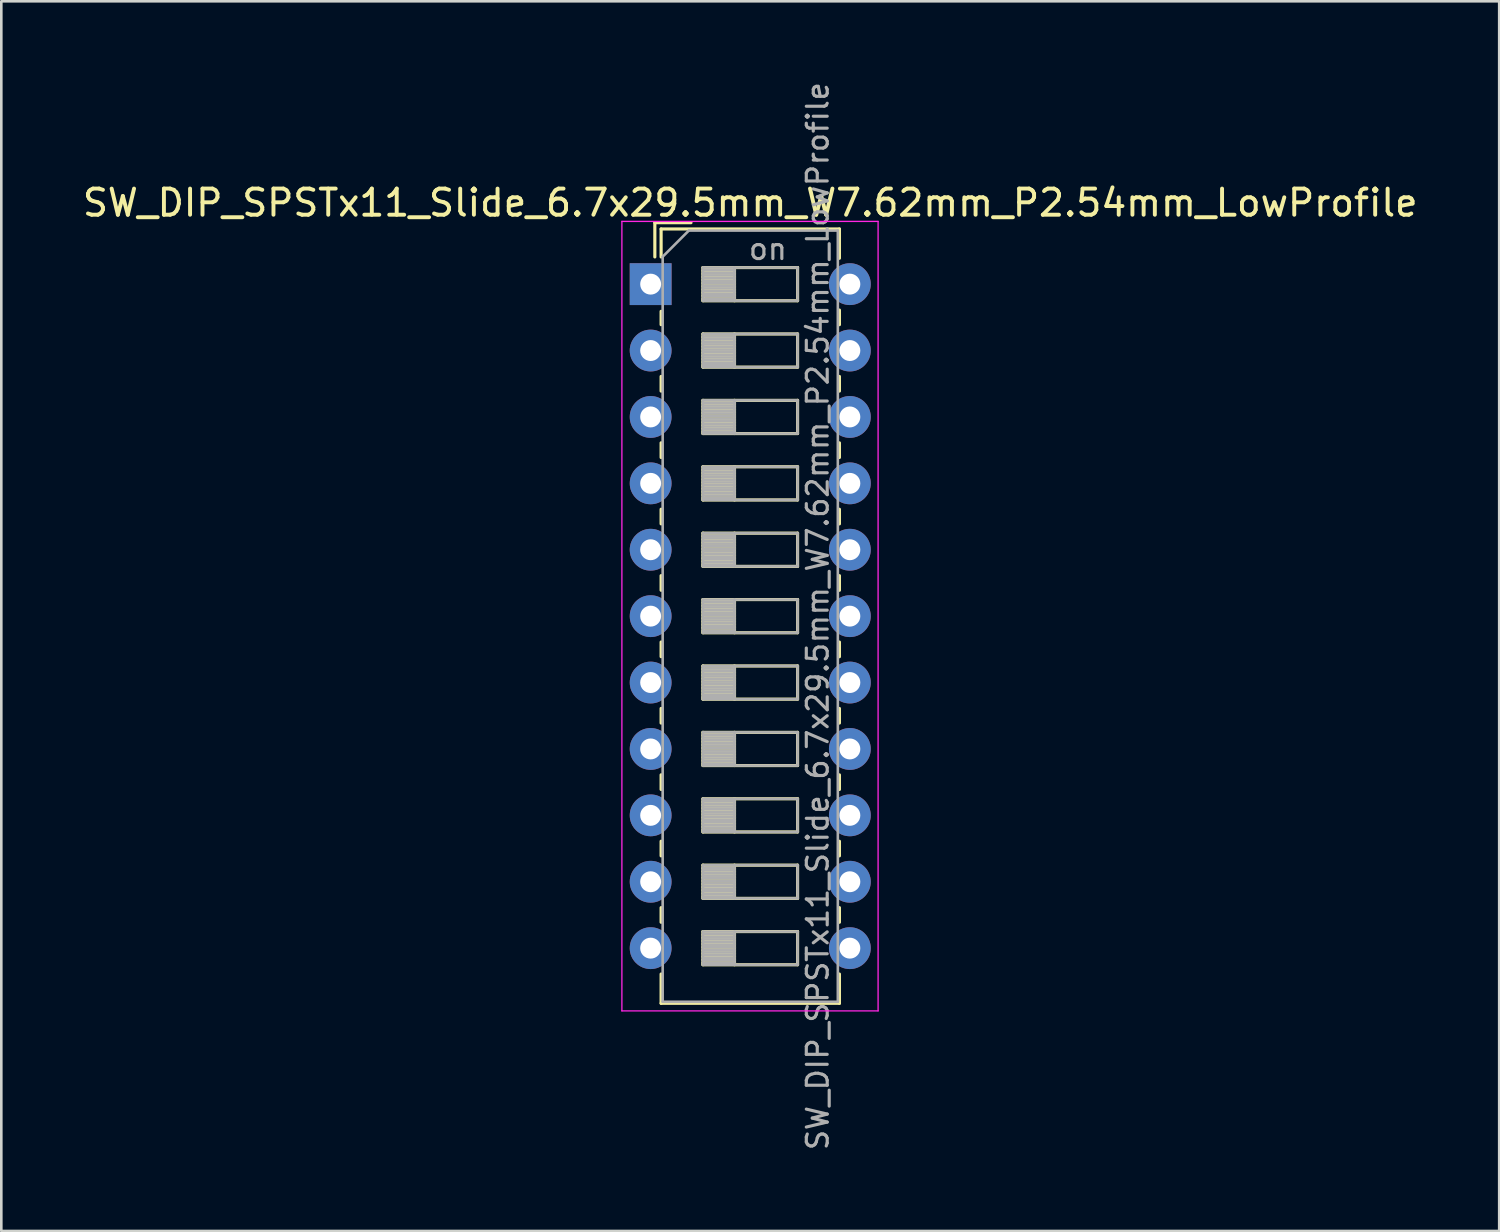
<source format=kicad_pcb>
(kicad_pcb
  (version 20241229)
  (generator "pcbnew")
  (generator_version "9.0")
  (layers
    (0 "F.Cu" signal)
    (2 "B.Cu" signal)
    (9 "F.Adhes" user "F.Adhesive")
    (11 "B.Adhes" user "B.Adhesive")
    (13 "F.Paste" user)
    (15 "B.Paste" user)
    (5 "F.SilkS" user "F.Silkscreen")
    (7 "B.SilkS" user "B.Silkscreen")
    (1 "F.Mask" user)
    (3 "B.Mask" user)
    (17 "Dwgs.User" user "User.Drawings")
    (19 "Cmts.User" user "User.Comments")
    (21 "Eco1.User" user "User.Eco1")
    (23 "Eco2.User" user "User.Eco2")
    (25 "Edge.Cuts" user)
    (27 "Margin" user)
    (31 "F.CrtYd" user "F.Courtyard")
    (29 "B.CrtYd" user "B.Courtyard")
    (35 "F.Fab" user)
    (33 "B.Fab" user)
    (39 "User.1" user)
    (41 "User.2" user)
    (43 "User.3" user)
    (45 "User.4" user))
  (footprint "SW_DIP_SPSTx11_Slide_6.7x29.5mm_W7.62mm_P2.54mm_LowProfile"
    (layer "F.Cu")
    (at 21.839 7.819)
    (property "Reference" "SW_DIP_SPSTx11_Slide_6.7x29.5mm_W7.62mm_P2.54mm_LowProfile" (at 3.81 -3.11 0) (layer "F.SilkS") (effects (font (size 1 1) (thickness 0.15))))
    (attr through_hole)
    (fp_line (start 0.16 -2.35) (end 0.16 -1.04) (stroke (width 0.12) (type solid)) (layer "F.SilkS"))
    (fp_line (start 0.16 -2.35) (end 1.543 -2.35) (stroke (width 0.12) (type solid)) (layer "F.SilkS"))
    (fp_line (start 0.4 -2.11) (end 0.4 -1.04) (stroke (width 0.12) (type solid)) (layer "F.SilkS"))
    (fp_line (start 0.4 -2.11) (end 7.221 -2.11) (stroke (width 0.12) (type solid)) (layer "F.SilkS"))
    (fp_line (start 0.4 1.04) (end 0.4 1.551) (stroke (width 0.12) (type solid)) (layer "F.SilkS"))
    (fp_line (start 0.4 3.53) (end 0.4 4.091) (stroke (width 0.12) (type solid)) (layer "F.SilkS"))
    (fp_line (start 0.4 6.07) (end 0.4 6.631) (stroke (width 0.12) (type solid)) (layer "F.SilkS"))
    (fp_line (start 0.4 8.61) (end 0.4 9.17) (stroke (width 0.12) (type solid)) (layer "F.SilkS"))
    (fp_line (start 0.4 11.15) (end 0.4 11.71) (stroke (width 0.12) (type solid)) (layer "F.SilkS"))
    (fp_line (start 0.4 13.69) (end 0.4 14.25) (stroke (width 0.12) (type solid)) (layer "F.SilkS"))
    (fp_line (start 0.4 16.23) (end 0.4 16.79) (stroke (width 0.12) (type solid)) (layer "F.SilkS"))
    (fp_line (start 0.4 18.77) (end 0.4 19.33) (stroke (width 0.12) (type solid)) (layer "F.SilkS"))
    (fp_line (start 0.4 21.31) (end 0.4 21.87) (stroke (width 0.12) (type solid)) (layer "F.SilkS"))
    (fp_line (start 0.4 23.85) (end 0.4 24.41) (stroke (width 0.12) (type solid)) (layer "F.SilkS"))
    (fp_line (start 0.4 26.39) (end 0.4 27.51) (stroke (width 0.12) (type solid)) (layer "F.SilkS"))
    (fp_line (start 0.4 27.51) (end 7.221 27.51) (stroke (width 0.12) (type solid)) (layer "F.SilkS"))
    (fp_line (start 2 -0.635) (end 2 0.635) (stroke (width 0.12) (type solid)) (layer "F.SilkS"))
    (fp_line (start 2 -0.515) (end 3.207 -0.515) (stroke (width 0.12) (type solid)) (layer "F.SilkS"))
    (fp_line (start 2 -0.395) (end 3.207 -0.395) (stroke (width 0.12) (type solid)) (layer "F.SilkS"))
    (fp_line (start 2 -0.275) (end 3.207 -0.275) (stroke (width 0.12) (type solid)) (layer "F.SilkS"))
    (fp_line (start 2 -0.155) (end 3.207 -0.155) (stroke (width 0.12) (type solid)) (layer "F.SilkS"))
    (fp_line (start 2 -0.035) (end 3.207 -0.035) (stroke (width 0.12) (type solid)) (layer "F.SilkS"))
    (fp_line (start 2 0.085) (end 3.207 0.085) (stroke (width 0.12) (type solid)) (layer "F.SilkS"))
    (fp_line (start 2 0.205) (end 3.207 0.205) (stroke (width 0.12) (type solid)) (layer "F.SilkS"))
    (fp_line (start 2 0.325) (end 3.207 0.325) (stroke (width 0.12) (type solid)) (layer "F.SilkS"))
    (fp_line (start 2 0.445) (end 3.207 0.445) (stroke (width 0.12) (type solid)) (layer "F.SilkS"))
    (fp_line (start 2 0.565) (end 3.207 0.565) (stroke (width 0.12) (type solid)) (layer "F.SilkS"))
    (fp_line (start 2 0.635) (end 5.62 0.635) (stroke (width 0.12) (type solid)) (layer "F.SilkS"))
    (fp_line (start 2 1.905) (end 2 3.175) (stroke (width 0.12) (type solid)) (layer "F.SilkS"))
    (fp_line (start 2 2.025) (end 3.207 2.025) (stroke (width 0.12) (type solid)) (layer "F.SilkS"))
    (fp_line (start 2 2.145) (end 3.207 2.145) (stroke (width 0.12) (type solid)) (layer "F.SilkS"))
    (fp_line (start 2 2.265) (end 3.207 2.265) (stroke (width 0.12) (type solid)) (layer "F.SilkS"))
    (fp_line (start 2 2.385) (end 3.207 2.385) (stroke (width 0.12) (type solid)) (layer "F.SilkS"))
    (fp_line (start 2 2.505) (end 3.207 2.505) (stroke (width 0.12) (type solid)) (layer "F.SilkS"))
    (fp_line (start 2 2.625) (end 3.207 2.625) (stroke (width 0.12) (type solid)) (layer "F.SilkS"))
    (fp_line (start 2 2.745) (end 3.207 2.745) (stroke (width 0.12) (type solid)) (layer "F.SilkS"))
    (fp_line (start 2 2.865) (end 3.207 2.865) (stroke (width 0.12) (type solid)) (layer "F.SilkS"))
    (fp_line (start 2 2.985) (end 3.207 2.985) (stroke (width 0.12) (type solid)) (layer "F.SilkS"))
    (fp_line (start 2 3.105) (end 3.207 3.105) (stroke (width 0.12) (type solid)) (layer "F.SilkS"))
    (fp_line (start 2 3.175) (end 5.62 3.175) (stroke (width 0.12) (type solid)) (layer "F.SilkS"))
    (fp_line (start 2 4.445) (end 2 5.715) (stroke (width 0.12) (type solid)) (layer "F.SilkS"))
    (fp_line (start 2 4.565) (end 3.207 4.565) (stroke (width 0.12) (type solid)) (layer "F.SilkS"))
    (fp_line (start 2 4.685) (end 3.207 4.685) (stroke (width 0.12) (type solid)) (layer "F.SilkS"))
    (fp_line (start 2 4.805) (end 3.207 4.805) (stroke (width 0.12) (type solid)) (layer "F.SilkS"))
    (fp_line (start 2 4.925) (end 3.207 4.925) (stroke (width 0.12) (type solid)) (layer "F.SilkS"))
    (fp_line (start 2 5.045) (end 3.207 5.045) (stroke (width 0.12) (type solid)) (layer "F.SilkS"))
    (fp_line (start 2 5.165) (end 3.207 5.165) (stroke (width 0.12) (type solid)) (layer "F.SilkS"))
    (fp_line (start 2 5.285) (end 3.207 5.285) (stroke (width 0.12) (type solid)) (layer "F.SilkS"))
    (fp_line (start 2 5.405) (end 3.207 5.405) (stroke (width 0.12) (type solid)) (layer "F.SilkS"))
    (fp_line (start 2 5.525) (end 3.207 5.525) (stroke (width 0.12) (type solid)) (layer "F.SilkS"))
    (fp_line (start 2 5.645) (end 3.207 5.645) (stroke (width 0.12) (type solid)) (layer "F.SilkS"))
    (fp_line (start 2 5.715) (end 5.62 5.715) (stroke (width 0.12) (type solid)) (layer "F.SilkS"))
    (fp_line (start 2 6.985) (end 2 8.255) (stroke (width 0.12) (type solid)) (layer "F.SilkS"))
    (fp_line (start 2 7.105) (end 3.207 7.105) (stroke (width 0.12) (type solid)) (layer "F.SilkS"))
    (fp_line (start 2 7.225) (end 3.207 7.225) (stroke (width 0.12) (type solid)) (layer "F.SilkS"))
    (fp_line (start 2 7.345) (end 3.207 7.345) (stroke (width 0.12) (type solid)) (layer "F.SilkS"))
    (fp_line (start 2 7.465) (end 3.207 7.465) (stroke (width 0.12) (type solid)) (layer "F.SilkS"))
    (fp_line (start 2 7.585) (end 3.207 7.585) (stroke (width 0.12) (type solid)) (layer "F.SilkS"))
    (fp_line (start 2 7.705) (end 3.207 7.705) (stroke (width 0.12) (type solid)) (layer "F.SilkS"))
    (fp_line (start 2 7.825) (end 3.207 7.825) (stroke (width 0.12) (type solid)) (layer "F.SilkS"))
    (fp_line (start 2 7.945) (end 3.207 7.945) (stroke (width 0.12) (type solid)) (layer "F.SilkS"))
    (fp_line (start 2 8.065) (end 3.207 8.065) (stroke (width 0.12) (type solid)) (layer "F.SilkS"))
    (fp_line (start 2 8.185) (end 3.207 8.185) (stroke (width 0.12) (type solid)) (layer "F.SilkS"))
    (fp_line (start 2 8.255) (end 5.62 8.255) (stroke (width 0.12) (type solid)) (layer "F.SilkS"))
    (fp_line (start 2 9.525) (end 2 10.795) (stroke (width 0.12) (type solid)) (layer "F.SilkS"))
    (fp_line (start 2 9.645) (end 3.207 9.645) (stroke (width 0.12) (type solid)) (layer "F.SilkS"))
    (fp_line (start 2 9.765) (end 3.207 9.765) (stroke (width 0.12) (type solid)) (layer "F.SilkS"))
    (fp_line (start 2 9.885) (end 3.207 9.885) (stroke (width 0.12) (type solid)) (layer "F.SilkS"))
    (fp_line (start 2 10.005) (end 3.207 10.005) (stroke (width 0.12) (type solid)) (layer "F.SilkS"))
    (fp_line (start 2 10.125) (end 3.207 10.125) (stroke (width 0.12) (type solid)) (layer "F.SilkS"))
    (fp_line (start 2 10.245) (end 3.207 10.245) (stroke (width 0.12) (type solid)) (layer "F.SilkS"))
    (fp_line (start 2 10.365) (end 3.207 10.365) (stroke (width 0.12) (type solid)) (layer "F.SilkS"))
    (fp_line (start 2 10.485) (end 3.207 10.485) (stroke (width 0.12) (type solid)) (layer "F.SilkS"))
    (fp_line (start 2 10.605) (end 3.207 10.605) (stroke (width 0.12) (type solid)) (layer "F.SilkS"))
    (fp_line (start 2 10.725) (end 3.207 10.725) (stroke (width 0.12) (type solid)) (layer "F.SilkS"))
    (fp_line (start 2 10.795) (end 5.62 10.795) (stroke (width 0.12) (type solid)) (layer "F.SilkS"))
    (fp_line (start 2 12.065) (end 2 13.335) (stroke (width 0.12) (type solid)) (layer "F.SilkS"))
    (fp_line (start 2 12.185) (end 3.207 12.185) (stroke (width 0.12) (type solid)) (layer "F.SilkS"))
    (fp_line (start 2 12.305) (end 3.207 12.305) (stroke (width 0.12) (type solid)) (layer "F.SilkS"))
    (fp_line (start 2 12.425) (end 3.207 12.425) (stroke (width 0.12) (type solid)) (layer "F.SilkS"))
    (fp_line (start 2 12.545) (end 3.207 12.545) (stroke (width 0.12) (type solid)) (layer "F.SilkS"))
    (fp_line (start 2 12.665) (end 3.207 12.665) (stroke (width 0.12) (type solid)) (layer "F.SilkS"))
    (fp_line (start 2 12.785) (end 3.207 12.785) (stroke (width 0.12) (type solid)) (layer "F.SilkS"))
    (fp_line (start 2 12.905) (end 3.207 12.905) (stroke (width 0.12) (type solid)) (layer "F.SilkS"))
    (fp_line (start 2 13.025) (end 3.207 13.025) (stroke (width 0.12) (type solid)) (layer "F.SilkS"))
    (fp_line (start 2 13.145) (end 3.207 13.145) (stroke (width 0.12) (type solid)) (layer "F.SilkS"))
    (fp_line (start 2 13.265) (end 3.207 13.265) (stroke (width 0.12) (type solid)) (layer "F.SilkS"))
    (fp_line (start 2 13.335) (end 5.62 13.335) (stroke (width 0.12) (type solid)) (layer "F.SilkS"))
    (fp_line (start 2 14.605) (end 2 15.875) (stroke (width 0.12) (type solid)) (layer "F.SilkS"))
    (fp_line (start 2 14.725) (end 3.207 14.725) (stroke (width 0.12) (type solid)) (layer "F.SilkS"))
    (fp_line (start 2 14.845) (end 3.207 14.845) (stroke (width 0.12) (type solid)) (layer "F.SilkS"))
    (fp_line (start 2 14.965) (end 3.207 14.965) (stroke (width 0.12) (type solid)) (layer "F.SilkS"))
    (fp_line (start 2 15.085) (end 3.207 15.085) (stroke (width 0.12) (type solid)) (layer "F.SilkS"))
    (fp_line (start 2 15.205) (end 3.207 15.205) (stroke (width 0.12) (type solid)) (layer "F.SilkS"))
    (fp_line (start 2 15.325) (end 3.207 15.325) (stroke (width 0.12) (type solid)) (layer "F.SilkS"))
    (fp_line (start 2 15.445) (end 3.207 15.445) (stroke (width 0.12) (type solid)) (layer "F.SilkS"))
    (fp_line (start 2 15.565) (end 3.207 15.565) (stroke (width 0.12) (type solid)) (layer "F.SilkS"))
    (fp_line (start 2 15.685) (end 3.207 15.685) (stroke (width 0.12) (type solid)) (layer "F.SilkS"))
    (fp_line (start 2 15.805) (end 3.207 15.805) (stroke (width 0.12) (type solid)) (layer "F.SilkS"))
    (fp_line (start 2 15.875) (end 5.62 15.875) (stroke (width 0.12) (type solid)) (layer "F.SilkS"))
    (fp_line (start 2 17.145) (end 2 18.415) (stroke (width 0.12) (type solid)) (layer "F.SilkS"))
    (fp_line (start 2 17.265) (end 3.207 17.265) (stroke (width 0.12) (type solid)) (layer "F.SilkS"))
    (fp_line (start 2 17.385) (end 3.207 17.385) (stroke (width 0.12) (type solid)) (layer "F.SilkS"))
    (fp_line (start 2 17.505) (end 3.207 17.505) (stroke (width 0.12) (type solid)) (layer "F.SilkS"))
    (fp_line (start 2 17.625) (end 3.207 17.625) (stroke (width 0.12) (type solid)) (layer "F.SilkS"))
    (fp_line (start 2 17.745) (end 3.207 17.745) (stroke (width 0.12) (type solid)) (layer "F.SilkS"))
    (fp_line (start 2 17.865) (end 3.207 17.865) (stroke (width 0.12) (type solid)) (layer "F.SilkS"))
    (fp_line (start 2 17.985) (end 3.207 17.985) (stroke (width 0.12) (type solid)) (layer "F.SilkS"))
    (fp_line (start 2 18.105) (end 3.207 18.105) (stroke (width 0.12) (type solid)) (layer "F.SilkS"))
    (fp_line (start 2 18.225) (end 3.207 18.225) (stroke (width 0.12) (type solid)) (layer "F.SilkS"))
    (fp_line (start 2 18.345) (end 3.207 18.345) (stroke (width 0.12) (type solid)) (layer "F.SilkS"))
    (fp_line (start 2 18.415) (end 5.62 18.415) (stroke (width 0.12) (type solid)) (layer "F.SilkS"))
    (fp_line (start 2 19.685) (end 2 20.955) (stroke (width 0.12) (type solid)) (layer "F.SilkS"))
    (fp_line (start 2 19.805) (end 3.207 19.805) (stroke (width 0.12) (type solid)) (layer "F.SilkS"))
    (fp_line (start 2 19.925) (end 3.207 19.925) (stroke (width 0.12) (type solid)) (layer "F.SilkS"))
    (fp_line (start 2 20.045) (end 3.207 20.045) (stroke (width 0.12) (type solid)) (layer "F.SilkS"))
    (fp_line (start 2 20.165) (end 3.207 20.165) (stroke (width 0.12) (type solid)) (layer "F.SilkS"))
    (fp_line (start 2 20.285) (end 3.207 20.285) (stroke (width 0.12) (type solid)) (layer "F.SilkS"))
    (fp_line (start 2 20.405) (end 3.207 20.405) (stroke (width 0.12) (type solid)) (layer "F.SilkS"))
    (fp_line (start 2 20.525) (end 3.207 20.525) (stroke (width 0.12) (type solid)) (layer "F.SilkS"))
    (fp_line (start 2 20.645) (end 3.207 20.645) (stroke (width 0.12) (type solid)) (layer "F.SilkS"))
    (fp_line (start 2 20.765) (end 3.207 20.765) (stroke (width 0.12) (type solid)) (layer "F.SilkS"))
    (fp_line (start 2 20.885) (end 3.207 20.885) (stroke (width 0.12) (type solid)) (layer "F.SilkS"))
    (fp_line (start 2 20.955) (end 5.62 20.955) (stroke (width 0.12) (type solid)) (layer "F.SilkS"))
    (fp_line (start 2 22.225) (end 2 23.495) (stroke (width 0.12) (type solid)) (layer "F.SilkS"))
    (fp_line (start 2 22.345) (end 3.207 22.345) (stroke (width 0.12) (type solid)) (layer "F.SilkS"))
    (fp_line (start 2 22.465) (end 3.207 22.465) (stroke (width 0.12) (type solid)) (layer "F.SilkS"))
    (fp_line (start 2 22.585) (end 3.207 22.585) (stroke (width 0.12) (type solid)) (layer "F.SilkS"))
    (fp_line (start 2 22.705) (end 3.207 22.705) (stroke (width 0.12) (type solid)) (layer "F.SilkS"))
    (fp_line (start 2 22.825) (end 3.207 22.825) (stroke (width 0.12) (type solid)) (layer "F.SilkS"))
    (fp_line (start 2 22.945) (end 3.207 22.945) (stroke (width 0.12) (type solid)) (layer "F.SilkS"))
    (fp_line (start 2 23.065) (end 3.207 23.065) (stroke (width 0.12) (type solid)) (layer "F.SilkS"))
    (fp_line (start 2 23.185) (end 3.207 23.185) (stroke (width 0.12) (type solid)) (layer "F.SilkS"))
    (fp_line (start 2 23.305) (end 3.207 23.305) (stroke (width 0.12) (type solid)) (layer "F.SilkS"))
    (fp_line (start 2 23.425) (end 3.207 23.425) (stroke (width 0.12) (type solid)) (layer "F.SilkS"))
    (fp_line (start 2 23.495) (end 5.62 23.495) (stroke (width 0.12) (type solid)) (layer "F.SilkS"))
    (fp_line (start 2 24.765) (end 2 26.035) (stroke (width 0.12) (type solid)) (layer "F.SilkS"))
    (fp_line (start 2 24.885) (end 3.207 24.885) (stroke (width 0.12) (type solid)) (layer "F.SilkS"))
    (fp_line (start 2 25.005) (end 3.207 25.005) (stroke (width 0.12) (type solid)) (layer "F.SilkS"))
    (fp_line (start 2 25.125) (end 3.207 25.125) (stroke (width 0.12) (type solid)) (layer "F.SilkS"))
    (fp_line (start 2 25.245) (end 3.207 25.245) (stroke (width 0.12) (type solid)) (layer "F.SilkS"))
    (fp_line (start 2 25.365) (end 3.207 25.365) (stroke (width 0.12) (type solid)) (layer "F.SilkS"))
    (fp_line (start 2 25.485) (end 3.207 25.485) (stroke (width 0.12) (type solid)) (layer "F.SilkS"))
    (fp_line (start 2 25.605) (end 3.207 25.605) (stroke (width 0.12) (type solid)) (layer "F.SilkS"))
    (fp_line (start 2 25.725) (end 3.207 25.725) (stroke (width 0.12) (type solid)) (layer "F.SilkS"))
    (fp_line (start 2 25.845) (end 3.207 25.845) (stroke (width 0.12) (type solid)) (layer "F.SilkS"))
    (fp_line (start 2 25.965) (end 3.207 25.965) (stroke (width 0.12) (type solid)) (layer "F.SilkS"))
    (fp_line (start 2 26.035) (end 5.62 26.035) (stroke (width 0.12) (type solid)) (layer "F.SilkS"))
    (fp_line (start 3.207 -0.635) (end 3.207 0.635) (stroke (width 0.12) (type solid)) (layer "F.SilkS"))
    (fp_line (start 3.207 1.905) (end 3.207 3.175) (stroke (width 0.12) (type solid)) (layer "F.SilkS"))
    (fp_line (start 3.207 4.445) (end 3.207 5.715) (stroke (width 0.12) (type solid)) (layer "F.SilkS"))
    (fp_line (start 3.207 6.985) (end 3.207 8.255) (stroke (width 0.12) (type solid)) (layer "F.SilkS"))
    (fp_line (start 3.207 9.525) (end 3.207 10.795) (stroke (width 0.12) (type solid)) (layer "F.SilkS"))
    (fp_line (start 3.207 12.065) (end 3.207 13.335) (stroke (width 0.12) (type solid)) (layer "F.SilkS"))
    (fp_line (start 3.207 14.605) (end 3.207 15.875) (stroke (width 0.12) (type solid)) (layer "F.SilkS"))
    (fp_line (start 3.207 17.145) (end 3.207 18.415) (stroke (width 0.12) (type solid)) (layer "F.SilkS"))
    (fp_line (start 3.207 19.685) (end 3.207 20.955) (stroke (width 0.12) (type solid)) (layer "F.SilkS"))
    (fp_line (start 3.207 22.225) (end 3.207 23.495) (stroke (width 0.12) (type solid)) (layer "F.SilkS"))
    (fp_line (start 3.207 24.765) (end 3.207 26.035) (stroke (width 0.12) (type solid)) (layer "F.SilkS"))
    (fp_line (start 5.62 -0.635) (end 2 -0.635) (stroke (width 0.12) (type solid)) (layer "F.SilkS"))
    (fp_line (start 5.62 0.635) (end 5.62 -0.635) (stroke (width 0.12) (type solid)) (layer "F.SilkS"))
    (fp_line (start 5.62 1.905) (end 2 1.905) (stroke (width 0.12) (type solid)) (layer "F.SilkS"))
    (fp_line (start 5.62 3.175) (end 5.62 1.905) (stroke (width 0.12) (type solid)) (layer "F.SilkS"))
    (fp_line (start 5.62 4.445) (end 2 4.445) (stroke (width 0.12) (type solid)) (layer "F.SilkS"))
    (fp_line (start 5.62 5.715) (end 5.62 4.445) (stroke (width 0.12) (type solid)) (layer "F.SilkS"))
    (fp_line (start 5.62 6.985) (end 2 6.985) (stroke (width 0.12) (type solid)) (layer "F.SilkS"))
    (fp_line (start 5.62 8.255) (end 5.62 6.985) (stroke (width 0.12) (type solid)) (layer "F.SilkS"))
    (fp_line (start 5.62 9.525) (end 2 9.525) (stroke (width 0.12) (type solid)) (layer "F.SilkS"))
    (fp_line (start 5.62 10.795) (end 5.62 9.525) (stroke (width 0.12) (type solid)) (layer "F.SilkS"))
    (fp_line (start 5.62 12.065) (end 2 12.065) (stroke (width 0.12) (type solid)) (layer "F.SilkS"))
    (fp_line (start 5.62 13.335) (end 5.62 12.065) (stroke (width 0.12) (type solid)) (layer "F.SilkS"))
    (fp_line (start 5.62 14.605) (end 2 14.605) (stroke (width 0.12) (type solid)) (layer "F.SilkS"))
    (fp_line (start 5.62 15.875) (end 5.62 14.605) (stroke (width 0.12) (type solid)) (layer "F.SilkS"))
    (fp_line (start 5.62 17.145) (end 2 17.145) (stroke (width 0.12) (type solid)) (layer "F.SilkS"))
    (fp_line (start 5.62 18.415) (end 5.62 17.145) (stroke (width 0.12) (type solid)) (layer "F.SilkS"))
    (fp_line (start 5.62 19.685) (end 2 19.685) (stroke (width 0.12) (type solid)) (layer "F.SilkS"))
    (fp_line (start 5.62 20.955) (end 5.62 19.685) (stroke (width 0.12) (type solid)) (layer "F.SilkS"))
    (fp_line (start 5.62 22.225) (end 2 22.225) (stroke (width 0.12) (type solid)) (layer "F.SilkS"))
    (fp_line (start 5.62 23.495) (end 5.62 22.225) (stroke (width 0.12) (type solid)) (layer "F.SilkS"))
    (fp_line (start 5.62 24.765) (end 2 24.765) (stroke (width 0.12) (type solid)) (layer "F.SilkS"))
    (fp_line (start 5.62 26.035) (end 5.62 24.765) (stroke (width 0.12) (type solid)) (layer "F.SilkS"))
    (fp_line (start 7.221 -2.11) (end 7.221 -0.99) (stroke (width 0.12) (type solid)) (layer "F.SilkS"))
    (fp_line (start 7.221 0.991) (end 7.221 1.551) (stroke (width 0.12) (type solid)) (layer "F.SilkS"))
    (fp_line (start 7.221 3.531) (end 7.221 4.091) (stroke (width 0.12) (type solid)) (layer "F.SilkS"))
    (fp_line (start 7.221 6.071) (end 7.221 6.631) (stroke (width 0.12) (type solid)) (layer "F.SilkS"))
    (fp_line (start 7.221 8.611) (end 7.221 9.171) (stroke (width 0.12) (type solid)) (layer "F.SilkS"))
    (fp_line (start 7.221 11.151) (end 7.221 11.711) (stroke (width 0.12) (type solid)) (layer "F.SilkS"))
    (fp_line (start 7.221 13.691) (end 7.221 14.251) (stroke (width 0.12) (type solid)) (layer "F.SilkS"))
    (fp_line (start 7.221 16.231) (end 7.221 16.79) (stroke (width 0.12) (type solid)) (layer "F.SilkS"))
    (fp_line (start 7.221 18.771) (end 7.221 19.33) (stroke (width 0.12) (type solid)) (layer "F.SilkS"))
    (fp_line (start 7.221 21.311) (end 7.221 21.87) (stroke (width 0.12) (type solid)) (layer "F.SilkS"))
    (fp_line (start 7.221 23.85) (end 7.221 24.41) (stroke (width 0.12) (type solid)) (layer "F.SilkS"))
    (fp_line (start 7.221 26.39) (end 7.221 27.51) (stroke (width 0.12) (type solid)) (layer "F.SilkS"))
    (fp_line (start -1.1 -2.4) (end -1.1 27.8) (stroke (width 0.05) (type solid)) (layer "F.CrtYd"))
    (fp_line (start -1.1 27.8) (end 8.7 27.8) (stroke (width 0.05) (type solid)) (layer "F.CrtYd"))
    (fp_line (start 8.7 -2.4) (end -1.1 -2.4) (stroke (width 0.05) (type solid)) (layer "F.CrtYd"))
    (fp_line (start 8.7 27.8) (end 8.7 -2.4) (stroke (width 0.05) (type solid)) (layer "F.CrtYd"))
    (fp_line (start 0.46 -1.05) (end 1.46 -2.05) (stroke (width 0.1) (type solid)) (layer "F.Fab"))
    (fp_line (start 0.46 27.45) (end 0.46 -1.05) (stroke (width 0.1) (type solid)) (layer "F.Fab"))
    (fp_line (start 1.46 -2.05) (end 7.16 -2.05) (stroke (width 0.1) (type solid)) (layer "F.Fab"))
    (fp_line (start 2 -0.635) (end 2 0.635) (stroke (width 0.1) (type solid)) (layer "F.Fab"))
    (fp_line (start 2 -0.535) (end 3.207 -0.535) (stroke (width 0.1) (type solid)) (layer "F.Fab"))
    (fp_line (start 2 -0.435) (end 3.207 -0.435) (stroke (width 0.1) (type solid)) (layer "F.Fab"))
    (fp_line (start 2 -0.335) (end 3.207 -0.335) (stroke (width 0.1) (type solid)) (layer "F.Fab"))
    (fp_line (start 2 -0.235) (end 3.207 -0.235) (stroke (width 0.1) (type solid)) (layer "F.Fab"))
    (fp_line (start 2 -0.135) (end 3.207 -0.135) (stroke (width 0.1) (type solid)) (layer "F.Fab"))
    (fp_line (start 2 -0.035) (end 3.207 -0.035) (stroke (width 0.1) (type solid)) (layer "F.Fab"))
    (fp_line (start 2 0.065) (end 3.207 0.065) (stroke (width 0.1) (type solid)) (layer "F.Fab"))
    (fp_line (start 2 0.165) (end 3.207 0.165) (stroke (width 0.1) (type solid)) (layer "F.Fab"))
    (fp_line (start 2 0.265) (end 3.207 0.265) (stroke (width 0.1) (type solid)) (layer "F.Fab"))
    (fp_line (start 2 0.365) (end 3.207 0.365) (stroke (width 0.1) (type solid)) (layer "F.Fab"))
    (fp_line (start 2 0.465) (end 3.207 0.465) (stroke (width 0.1) (type solid)) (layer "F.Fab"))
    (fp_line (start 2 0.565) (end 3.207 0.565) (stroke (width 0.1) (type solid)) (layer "F.Fab"))
    (fp_line (start 2 0.635) (end 5.62 0.635) (stroke (width 0.1) (type solid)) (layer "F.Fab"))
    (fp_line (start 2 1.905) (end 2 3.175) (stroke (width 0.1) (type solid)) (layer "F.Fab"))
    (fp_line (start 2 2.005) (end 3.207 2.005) (stroke (width 0.1) (type solid)) (layer "F.Fab"))
    (fp_line (start 2 2.105) (end 3.207 2.105) (stroke (width 0.1) (type solid)) (layer "F.Fab"))
    (fp_line (start 2 2.205) (end 3.207 2.205) (stroke (width 0.1) (type solid)) (layer "F.Fab"))
    (fp_line (start 2 2.305) (end 3.207 2.305) (stroke (width 0.1) (type solid)) (layer "F.Fab"))
    (fp_line (start 2 2.405) (end 3.207 2.405) (stroke (width 0.1) (type solid)) (layer "F.Fab"))
    (fp_line (start 2 2.505) (end 3.207 2.505) (stroke (width 0.1) (type solid)) (layer "F.Fab"))
    (fp_line (start 2 2.605) (end 3.207 2.605) (stroke (width 0.1) (type solid)) (layer "F.Fab"))
    (fp_line (start 2 2.705) (end 3.207 2.705) (stroke (width 0.1) (type solid)) (layer "F.Fab"))
    (fp_line (start 2 2.805) (end 3.207 2.805) (stroke (width 0.1) (type solid)) (layer "F.Fab"))
    (fp_line (start 2 2.905) (end 3.207 2.905) (stroke (width 0.1) (type solid)) (layer "F.Fab"))
    (fp_line (start 2 3.005) (end 3.207 3.005) (stroke (width 0.1) (type solid)) (layer "F.Fab"))
    (fp_line (start 2 3.105) (end 3.207 3.105) (stroke (width 0.1) (type solid)) (layer "F.Fab"))
    (fp_line (start 2 3.175) (end 5.62 3.175) (stroke (width 0.1) (type solid)) (layer "F.Fab"))
    (fp_line (start 2 4.445) (end 2 5.715) (stroke (width 0.1) (type solid)) (layer "F.Fab"))
    (fp_line (start 2 4.545) (end 3.207 4.545) (stroke (width 0.1) (type solid)) (layer "F.Fab"))
    (fp_line (start 2 4.645) (end 3.207 4.645) (stroke (width 0.1) (type solid)) (layer "F.Fab"))
    (fp_line (start 2 4.745) (end 3.207 4.745) (stroke (width 0.1) (type solid)) (layer "F.Fab"))
    (fp_line (start 2 4.845) (end 3.207 4.845) (stroke (width 0.1) (type solid)) (layer "F.Fab"))
    (fp_line (start 2 4.945) (end 3.207 4.945) (stroke (width 0.1) (type solid)) (layer "F.Fab"))
    (fp_line (start 2 5.045) (end 3.207 5.045) (stroke (width 0.1) (type solid)) (layer "F.Fab"))
    (fp_line (start 2 5.145) (end 3.207 5.145) (stroke (width 0.1) (type solid)) (layer "F.Fab"))
    (fp_line (start 2 5.245) (end 3.207 5.245) (stroke (width 0.1) (type solid)) (layer "F.Fab"))
    (fp_line (start 2 5.345) (end 3.207 5.345) (stroke (width 0.1) (type solid)) (layer "F.Fab"))
    (fp_line (start 2 5.445) (end 3.207 5.445) (stroke (width 0.1) (type solid)) (layer "F.Fab"))
    (fp_line (start 2 5.545) (end 3.207 5.545) (stroke (width 0.1) (type solid)) (layer "F.Fab"))
    (fp_line (start 2 5.645) (end 3.207 5.645) (stroke (width 0.1) (type solid)) (layer "F.Fab"))
    (fp_line (start 2 5.715) (end 5.62 5.715) (stroke (width 0.1) (type solid)) (layer "F.Fab"))
    (fp_line (start 2 6.985) (end 2 8.255) (stroke (width 0.1) (type solid)) (layer "F.Fab"))
    (fp_line (start 2 7.085) (end 3.207 7.085) (stroke (width 0.1) (type solid)) (layer "F.Fab"))
    (fp_line (start 2 7.185) (end 3.207 7.185) (stroke (width 0.1) (type solid)) (layer "F.Fab"))
    (fp_line (start 2 7.285) (end 3.207 7.285) (stroke (width 0.1) (type solid)) (layer "F.Fab"))
    (fp_line (start 2 7.385) (end 3.207 7.385) (stroke (width 0.1) (type solid)) (layer "F.Fab"))
    (fp_line (start 2 7.485) (end 3.207 7.485) (stroke (width 0.1) (type solid)) (layer "F.Fab"))
    (fp_line (start 2 7.585) (end 3.207 7.585) (stroke (width 0.1) (type solid)) (layer "F.Fab"))
    (fp_line (start 2 7.685) (end 3.207 7.685) (stroke (width 0.1) (type solid)) (layer "F.Fab"))
    (fp_line (start 2 7.785) (end 3.207 7.785) (stroke (width 0.1) (type solid)) (layer "F.Fab"))
    (fp_line (start 2 7.885) (end 3.207 7.885) (stroke (width 0.1) (type solid)) (layer "F.Fab"))
    (fp_line (start 2 7.985) (end 3.207 7.985) (stroke (width 0.1) (type solid)) (layer "F.Fab"))
    (fp_line (start 2 8.085) (end 3.207 8.085) (stroke (width 0.1) (type solid)) (layer "F.Fab"))
    (fp_line (start 2 8.185) (end 3.207 8.185) (stroke (width 0.1) (type solid)) (layer "F.Fab"))
    (fp_line (start 2 8.255) (end 5.62 8.255) (stroke (width 0.1) (type solid)) (layer "F.Fab"))
    (fp_line (start 2 9.525) (end 2 10.795) (stroke (width 0.1) (type solid)) (layer "F.Fab"))
    (fp_line (start 2 9.625) (end 3.207 9.625) (stroke (width 0.1) (type solid)) (layer "F.Fab"))
    (fp_line (start 2 9.725) (end 3.207 9.725) (stroke (width 0.1) (type solid)) (layer "F.Fab"))
    (fp_line (start 2 9.825) (end 3.207 9.825) (stroke (width 0.1) (type solid)) (layer "F.Fab"))
    (fp_line (start 2 9.925) (end 3.207 9.925) (stroke (width 0.1) (type solid)) (layer "F.Fab"))
    (fp_line (start 2 10.025) (end 3.207 10.025) (stroke (width 0.1) (type solid)) (layer "F.Fab"))
    (fp_line (start 2 10.125) (end 3.207 10.125) (stroke (width 0.1) (type solid)) (layer "F.Fab"))
    (fp_line (start 2 10.225) (end 3.207 10.225) (stroke (width 0.1) (type solid)) (layer "F.Fab"))
    (fp_line (start 2 10.325) (end 3.207 10.325) (stroke (width 0.1) (type solid)) (layer "F.Fab"))
    (fp_line (start 2 10.425) (end 3.207 10.425) (stroke (width 0.1) (type solid)) (layer "F.Fab"))
    (fp_line (start 2 10.525) (end 3.207 10.525) (stroke (width 0.1) (type solid)) (layer "F.Fab"))
    (fp_line (start 2 10.625) (end 3.207 10.625) (stroke (width 0.1) (type solid)) (layer "F.Fab"))
    (fp_line (start 2 10.725) (end 3.207 10.725) (stroke (width 0.1) (type solid)) (layer "F.Fab"))
    (fp_line (start 2 10.795) (end 5.62 10.795) (stroke (width 0.1) (type solid)) (layer "F.Fab"))
    (fp_line (start 2 12.065) (end 2 13.335) (stroke (width 0.1) (type solid)) (layer "F.Fab"))
    (fp_line (start 2 12.165) (end 3.207 12.165) (stroke (width 0.1) (type solid)) (layer "F.Fab"))
    (fp_line (start 2 12.265) (end 3.207 12.265) (stroke (width 0.1) (type solid)) (layer "F.Fab"))
    (fp_line (start 2 12.365) (end 3.207 12.365) (stroke (width 0.1) (type solid)) (layer "F.Fab"))
    (fp_line (start 2 12.465) (end 3.207 12.465) (stroke (width 0.1) (type solid)) (layer "F.Fab"))
    (fp_line (start 2 12.565) (end 3.207 12.565) (stroke (width 0.1) (type solid)) (layer "F.Fab"))
    (fp_line (start 2 12.665) (end 3.207 12.665) (stroke (width 0.1) (type solid)) (layer "F.Fab"))
    (fp_line (start 2 12.765) (end 3.207 12.765) (stroke (width 0.1) (type solid)) (layer "F.Fab"))
    (fp_line (start 2 12.865) (end 3.207 12.865) (stroke (width 0.1) (type solid)) (layer "F.Fab"))
    (fp_line (start 2 12.965) (end 3.207 12.965) (stroke (width 0.1) (type solid)) (layer "F.Fab"))
    (fp_line (start 2 13.065) (end 3.207 13.065) (stroke (width 0.1) (type solid)) (layer "F.Fab"))
    (fp_line (start 2 13.165) (end 3.207 13.165) (stroke (width 0.1) (type solid)) (layer "F.Fab"))
    (fp_line (start 2 13.265) (end 3.207 13.265) (stroke (width 0.1) (type solid)) (layer "F.Fab"))
    (fp_line (start 2 13.335) (end 5.62 13.335) (stroke (width 0.1) (type solid)) (layer "F.Fab"))
    (fp_line (start 2 14.605) (end 2 15.875) (stroke (width 0.1) (type solid)) (layer "F.Fab"))
    (fp_line (start 2 14.705) (end 3.207 14.705) (stroke (width 0.1) (type solid)) (layer "F.Fab"))
    (fp_line (start 2 14.805) (end 3.207 14.805) (stroke (width 0.1) (type solid)) (layer "F.Fab"))
    (fp_line (start 2 14.905) (end 3.207 14.905) (stroke (width 0.1) (type solid)) (layer "F.Fab"))
    (fp_line (start 2 15.005) (end 3.207 15.005) (stroke (width 0.1) (type solid)) (layer "F.Fab"))
    (fp_line (start 2 15.105) (end 3.207 15.105) (stroke (width 0.1) (type solid)) (layer "F.Fab"))
    (fp_line (start 2 15.205) (end 3.207 15.205) (stroke (width 0.1) (type solid)) (layer "F.Fab"))
    (fp_line (start 2 15.305) (end 3.207 15.305) (stroke (width 0.1) (type solid)) (layer "F.Fab"))
    (fp_line (start 2 15.405) (end 3.207 15.405) (stroke (width 0.1) (type solid)) (layer "F.Fab"))
    (fp_line (start 2 15.505) (end 3.207 15.505) (stroke (width 0.1) (type solid)) (layer "F.Fab"))
    (fp_line (start 2 15.605) (end 3.207 15.605) (stroke (width 0.1) (type solid)) (layer "F.Fab"))
    (fp_line (start 2 15.705) (end 3.207 15.705) (stroke (width 0.1) (type solid)) (layer "F.Fab"))
    (fp_line (start 2 15.805) (end 3.207 15.805) (stroke (width 0.1) (type solid)) (layer "F.Fab"))
    (fp_line (start 2 15.875) (end 5.62 15.875) (stroke (width 0.1) (type solid)) (layer "F.Fab"))
    (fp_line (start 2 17.145) (end 2 18.415) (stroke (width 0.1) (type solid)) (layer "F.Fab"))
    (fp_line (start 2 17.245) (end 3.207 17.245) (stroke (width 0.1) (type solid)) (layer "F.Fab"))
    (fp_line (start 2 17.345) (end 3.207 17.345) (stroke (width 0.1) (type solid)) (layer "F.Fab"))
    (fp_line (start 2 17.445) (end 3.207 17.445) (stroke (width 0.1) (type solid)) (layer "F.Fab"))
    (fp_line (start 2 17.545) (end 3.207 17.545) (stroke (width 0.1) (type solid)) (layer "F.Fab"))
    (fp_line (start 2 17.645) (end 3.207 17.645) (stroke (width 0.1) (type solid)) (layer "F.Fab"))
    (fp_line (start 2 17.745) (end 3.207 17.745) (stroke (width 0.1) (type solid)) (layer "F.Fab"))
    (fp_line (start 2 17.845) (end 3.207 17.845) (stroke (width 0.1) (type solid)) (layer "F.Fab"))
    (fp_line (start 2 17.945) (end 3.207 17.945) (stroke (width 0.1) (type solid)) (layer "F.Fab"))
    (fp_line (start 2 18.045) (end 3.207 18.045) (stroke (width 0.1) (type solid)) (layer "F.Fab"))
    (fp_line (start 2 18.145) (end 3.207 18.145) (stroke (width 0.1) (type solid)) (layer "F.Fab"))
    (fp_line (start 2 18.245) (end 3.207 18.245) (stroke (width 0.1) (type solid)) (layer "F.Fab"))
    (fp_line (start 2 18.345) (end 3.207 18.345) (stroke (width 0.1) (type solid)) (layer "F.Fab"))
    (fp_line (start 2 18.415) (end 5.62 18.415) (stroke (width 0.1) (type solid)) (layer "F.Fab"))
    (fp_line (start 2 19.685) (end 2 20.955) (stroke (width 0.1) (type solid)) (layer "F.Fab"))
    (fp_line (start 2 19.785) (end 3.207 19.785) (stroke (width 0.1) (type solid)) (layer "F.Fab"))
    (fp_line (start 2 19.885) (end 3.207 19.885) (stroke (width 0.1) (type solid)) (layer "F.Fab"))
    (fp_line (start 2 19.985) (end 3.207 19.985) (stroke (width 0.1) (type solid)) (layer "F.Fab"))
    (fp_line (start 2 20.085) (end 3.207 20.085) (stroke (width 0.1) (type solid)) (layer "F.Fab"))
    (fp_line (start 2 20.185) (end 3.207 20.185) (stroke (width 0.1) (type solid)) (layer "F.Fab"))
    (fp_line (start 2 20.285) (end 3.207 20.285) (stroke (width 0.1) (type solid)) (layer "F.Fab"))
    (fp_line (start 2 20.385) (end 3.207 20.385) (stroke (width 0.1) (type solid)) (layer "F.Fab"))
    (fp_line (start 2 20.485) (end 3.207 20.485) (stroke (width 0.1) (type solid)) (layer "F.Fab"))
    (fp_line (start 2 20.585) (end 3.207 20.585) (stroke (width 0.1) (type solid)) (layer "F.Fab"))
    (fp_line (start 2 20.685) (end 3.207 20.685) (stroke (width 0.1) (type solid)) (layer "F.Fab"))
    (fp_line (start 2 20.785) (end 3.207 20.785) (stroke (width 0.1) (type solid)) (layer "F.Fab"))
    (fp_line (start 2 20.885) (end 3.207 20.885) (stroke (width 0.1) (type solid)) (layer "F.Fab"))
    (fp_line (start 2 20.955) (end 5.62 20.955) (stroke (width 0.1) (type solid)) (layer "F.Fab"))
    (fp_line (start 2 22.225) (end 2 23.495) (stroke (width 0.1) (type solid)) (layer "F.Fab"))
    (fp_line (start 2 22.325) (end 3.207 22.325) (stroke (width 0.1) (type solid)) (layer "F.Fab"))
    (fp_line (start 2 22.425) (end 3.207 22.425) (stroke (width 0.1) (type solid)) (layer "F.Fab"))
    (fp_line (start 2 22.525) (end 3.207 22.525) (stroke (width 0.1) (type solid)) (layer "F.Fab"))
    (fp_line (start 2 22.625) (end 3.207 22.625) (stroke (width 0.1) (type solid)) (layer "F.Fab"))
    (fp_line (start 2 22.725) (end 3.207 22.725) (stroke (width 0.1) (type solid)) (layer "F.Fab"))
    (fp_line (start 2 22.825) (end 3.207 22.825) (stroke (width 0.1) (type solid)) (layer "F.Fab"))
    (fp_line (start 2 22.925) (end 3.207 22.925) (stroke (width 0.1) (type solid)) (layer "F.Fab"))
    (fp_line (start 2 23.025) (end 3.207 23.025) (stroke (width 0.1) (type solid)) (layer "F.Fab"))
    (fp_line (start 2 23.125) (end 3.207 23.125) (stroke (width 0.1) (type solid)) (layer "F.Fab"))
    (fp_line (start 2 23.225) (end 3.207 23.225) (stroke (width 0.1) (type solid)) (layer "F.Fab"))
    (fp_line (start 2 23.325) (end 3.207 23.325) (stroke (width 0.1) (type solid)) (layer "F.Fab"))
    (fp_line (start 2 23.425) (end 3.207 23.425) (stroke (width 0.1) (type solid)) (layer "F.Fab"))
    (fp_line (start 2 23.495) (end 5.62 23.495) (stroke (width 0.1) (type solid)) (layer "F.Fab"))
    (fp_line (start 2 24.765) (end 2 26.035) (stroke (width 0.1) (type solid)) (layer "F.Fab"))
    (fp_line (start 2 24.865) (end 3.207 24.865) (stroke (width 0.1) (type solid)) (layer "F.Fab"))
    (fp_line (start 2 24.965) (end 3.207 24.965) (stroke (width 0.1) (type solid)) (layer "F.Fab"))
    (fp_line (start 2 25.065) (end 3.207 25.065) (stroke (width 0.1) (type solid)) (layer "F.Fab"))
    (fp_line (start 2 25.165) (end 3.207 25.165) (stroke (width 0.1) (type solid)) (layer "F.Fab"))
    (fp_line (start 2 25.265) (end 3.207 25.265) (stroke (width 0.1) (type solid)) (layer "F.Fab"))
    (fp_line (start 2 25.365) (end 3.207 25.365) (stroke (width 0.1) (type solid)) (layer "F.Fab"))
    (fp_line (start 2 25.465) (end 3.207 25.465) (stroke (width 0.1) (type solid)) (layer "F.Fab"))
    (fp_line (start 2 25.565) (end 3.207 25.565) (stroke (width 0.1) (type solid)) (layer "F.Fab"))
    (fp_line (start 2 25.665) (end 3.207 25.665) (stroke (width 0.1) (type solid)) (layer "F.Fab"))
    (fp_line (start 2 25.765) (end 3.207 25.765) (stroke (width 0.1) (type solid)) (layer "F.Fab"))
    (fp_line (start 2 25.865) (end 3.207 25.865) (stroke (width 0.1) (type solid)) (layer "F.Fab"))
    (fp_line (start 2 25.965) (end 3.207 25.965) (stroke (width 0.1) (type solid)) (layer "F.Fab"))
    (fp_line (start 2 26.035) (end 5.62 26.035) (stroke (width 0.1) (type solid)) (layer "F.Fab"))
    (fp_line (start 3.207 -0.635) (end 3.207 0.635) (stroke (width 0.1) (type solid)) (layer "F.Fab"))
    (fp_line (start 3.207 1.905) (end 3.207 3.175) (stroke (width 0.1) (type solid)) (layer "F.Fab"))
    (fp_line (start 3.207 4.445) (end 3.207 5.715) (stroke (width 0.1) (type solid)) (layer "F.Fab"))
    (fp_line (start 3.207 6.985) (end 3.207 8.255) (stroke (width 0.1) (type solid)) (layer "F.Fab"))
    (fp_line (start 3.207 9.525) (end 3.207 10.795) (stroke (width 0.1) (type solid)) (layer "F.Fab"))
    (fp_line (start 3.207 12.065) (end 3.207 13.335) (stroke (width 0.1) (type solid)) (layer "F.Fab"))
    (fp_line (start 3.207 14.605) (end 3.207 15.875) (stroke (width 0.1) (type solid)) (layer "F.Fab"))
    (fp_line (start 3.207 17.145) (end 3.207 18.415) (stroke (width 0.1) (type solid)) (layer "F.Fab"))
    (fp_line (start 3.207 19.685) (end 3.207 20.955) (stroke (width 0.1) (type solid)) (layer "F.Fab"))
    (fp_line (start 3.207 22.225) (end 3.207 23.495) (stroke (width 0.1) (type solid)) (layer "F.Fab"))
    (fp_line (start 3.207 24.765) (end 3.207 26.035) (stroke (width 0.1) (type solid)) (layer "F.Fab"))
    (fp_line (start 5.62 -0.635) (end 2 -0.635) (stroke (width 0.1) (type solid)) (layer "F.Fab"))
    (fp_line (start 5.62 0.635) (end 5.62 -0.635) (stroke (width 0.1) (type solid)) (layer "F.Fab"))
    (fp_line (start 5.62 1.905) (end 2 1.905) (stroke (width 0.1) (type solid)) (layer "F.Fab"))
    (fp_line (start 5.62 3.175) (end 5.62 1.905) (stroke (width 0.1) (type solid)) (layer "F.Fab"))
    (fp_line (start 5.62 4.445) (end 2 4.445) (stroke (width 0.1) (type solid)) (layer "F.Fab"))
    (fp_line (start 5.62 5.715) (end 5.62 4.445) (stroke (width 0.1) (type solid)) (layer "F.Fab"))
    (fp_line (start 5.62 6.985) (end 2 6.985) (stroke (width 0.1) (type solid)) (layer "F.Fab"))
    (fp_line (start 5.62 8.255) (end 5.62 6.985) (stroke (width 0.1) (type solid)) (layer "F.Fab"))
    (fp_line (start 5.62 9.525) (end 2 9.525) (stroke (width 0.1) (type solid)) (layer "F.Fab"))
    (fp_line (start 5.62 10.795) (end 5.62 9.525) (stroke (width 0.1) (type solid)) (layer "F.Fab"))
    (fp_line (start 5.62 12.065) (end 2 12.065) (stroke (width 0.1) (type solid)) (layer "F.Fab"))
    (fp_line (start 5.62 13.335) (end 5.62 12.065) (stroke (width 0.1) (type solid)) (layer "F.Fab"))
    (fp_line (start 5.62 14.605) (end 2 14.605) (stroke (width 0.1) (type solid)) (layer "F.Fab"))
    (fp_line (start 5.62 15.875) (end 5.62 14.605) (stroke (width 0.1) (type solid)) (layer "F.Fab"))
    (fp_line (start 5.62 17.145) (end 2 17.145) (stroke (width 0.1) (type solid)) (layer "F.Fab"))
    (fp_line (start 5.62 18.415) (end 5.62 17.145) (stroke (width 0.1) (type solid)) (layer "F.Fab"))
    (fp_line (start 5.62 19.685) (end 2 19.685) (stroke (width 0.1) (type solid)) (layer "F.Fab"))
    (fp_line (start 5.62 20.955) (end 5.62 19.685) (stroke (width 0.1) (type solid)) (layer "F.Fab"))
    (fp_line (start 5.62 22.225) (end 2 22.225) (stroke (width 0.1) (type solid)) (layer "F.Fab"))
    (fp_line (start 5.62 23.495) (end 5.62 22.225) (stroke (width 0.1) (type solid)) (layer "F.Fab"))
    (fp_line (start 5.62 24.765) (end 2 24.765) (stroke (width 0.1) (type solid)) (layer "F.Fab"))
    (fp_line (start 5.62 26.035) (end 5.62 24.765) (stroke (width 0.1) (type solid)) (layer "F.Fab"))
    (fp_line (start 7.16 -2.05) (end 7.16 27.45) (stroke (width 0.1) (type solid)) (layer "F.Fab"))
    (fp_line (start 7.16 27.45) (end 0.46 27.45) (stroke (width 0.1) (type solid)) (layer "F.Fab"))
    (fp_text user "on" (at 4.485 -1.343 0) (layer "F.Fab") (effects (font (size 0.8 0.8) (thickness 0.12))))
    (fp_text user "${REFERENCE}" (at 6.39 12.7 90) (layer "F.Fab") (effects (font (size 0.8 0.8) (thickness 0.12))))
    (pad "1" thru_hole rect (at 0 0) (size 1.6 1.6) (drill 0.8) (layers "*.Cu" "*.Mask"))
    (pad "2" thru_hole oval (at 0 2.54) (size 1.6 1.6) (drill 0.8) (layers "*.Cu" "*.Mask"))
    (pad "3" thru_hole oval (at 0 5.08) (size 1.6 1.6) (drill 0.8) (layers "*.Cu" "*.Mask"))
    (pad "4" thru_hole oval (at 0 7.62) (size 1.6 1.6) (drill 0.8) (layers "*.Cu" "*.Mask"))
    (pad "5" thru_hole oval (at 0 10.16) (size 1.6 1.6) (drill 0.8) (layers "*.Cu" "*.Mask"))
    (pad "6" thru_hole oval (at 0 12.7) (size 1.6 1.6) (drill 0.8) (layers "*.Cu" "*.Mask"))
    (pad "7" thru_hole oval (at 0 15.24) (size 1.6 1.6) (drill 0.8) (layers "*.Cu" "*.Mask"))
    (pad "8" thru_hole oval (at 0 17.78) (size 1.6 1.6) (drill 0.8) (layers "*.Cu" "*.Mask"))
    (pad "9" thru_hole oval (at 0 20.32) (size 1.6 1.6) (drill 0.8) (layers "*.Cu" "*.Mask"))
    (pad "10" thru_hole oval (at 0 22.86) (size 1.6 1.6) (drill 0.8) (layers "*.Cu" "*.Mask"))
    (pad "11" thru_hole oval (at 0 25.4) (size 1.6 1.6) (drill 0.8) (layers "*.Cu" "*.Mask"))
    (pad "12" thru_hole oval (at 7.62 25.4) (size 1.6 1.6) (drill 0.8) (layers "*.Cu" "*.Mask"))
    (pad "13" thru_hole oval (at 7.62 22.86) (size 1.6 1.6) (drill 0.8) (layers "*.Cu" "*.Mask"))
    (pad "14" thru_hole oval (at 7.62 20.32) (size 1.6 1.6) (drill 0.8) (layers "*.Cu" "*.Mask"))
    (pad "15" thru_hole oval (at 7.62 17.78) (size 1.6 1.6) (drill 0.8) (layers "*.Cu" "*.Mask"))
    (pad "16" thru_hole oval (at 7.62 15.24) (size 1.6 1.6) (drill 0.8) (layers "*.Cu" "*.Mask"))
    (pad "17" thru_hole oval (at 7.62 12.7) (size 1.6 1.6) (drill 0.8) (layers "*.Cu" "*.Mask"))
    (pad "18" thru_hole oval (at 7.62 10.16) (size 1.6 1.6) (drill 0.8) (layers "*.Cu" "*.Mask"))
    (pad "19" thru_hole oval (at 7.62 7.62) (size 1.6 1.6) (drill 0.8) (layers "*.Cu" "*.Mask"))
    (pad "20" thru_hole oval (at 7.62 5.08) (size 1.6 1.6) (drill 0.8) (layers "*.Cu" "*.Mask"))
    (pad "21" thru_hole oval (at 7.62 2.54) (size 1.6 1.6) (drill 0.8) (layers "*.Cu" "*.Mask"))
    (pad "22" thru_hole oval (at 7.62 0) (size 1.6 1.6) (drill 0.8) (layers "*.Cu" "*.Mask")))
  (gr_rect
    (start -3 -3)
    (end 54.298 44.038)
    (stroke (width 0.1) (type default))
    (fill no)
    (layer "Edge.Cuts")))
</source>
